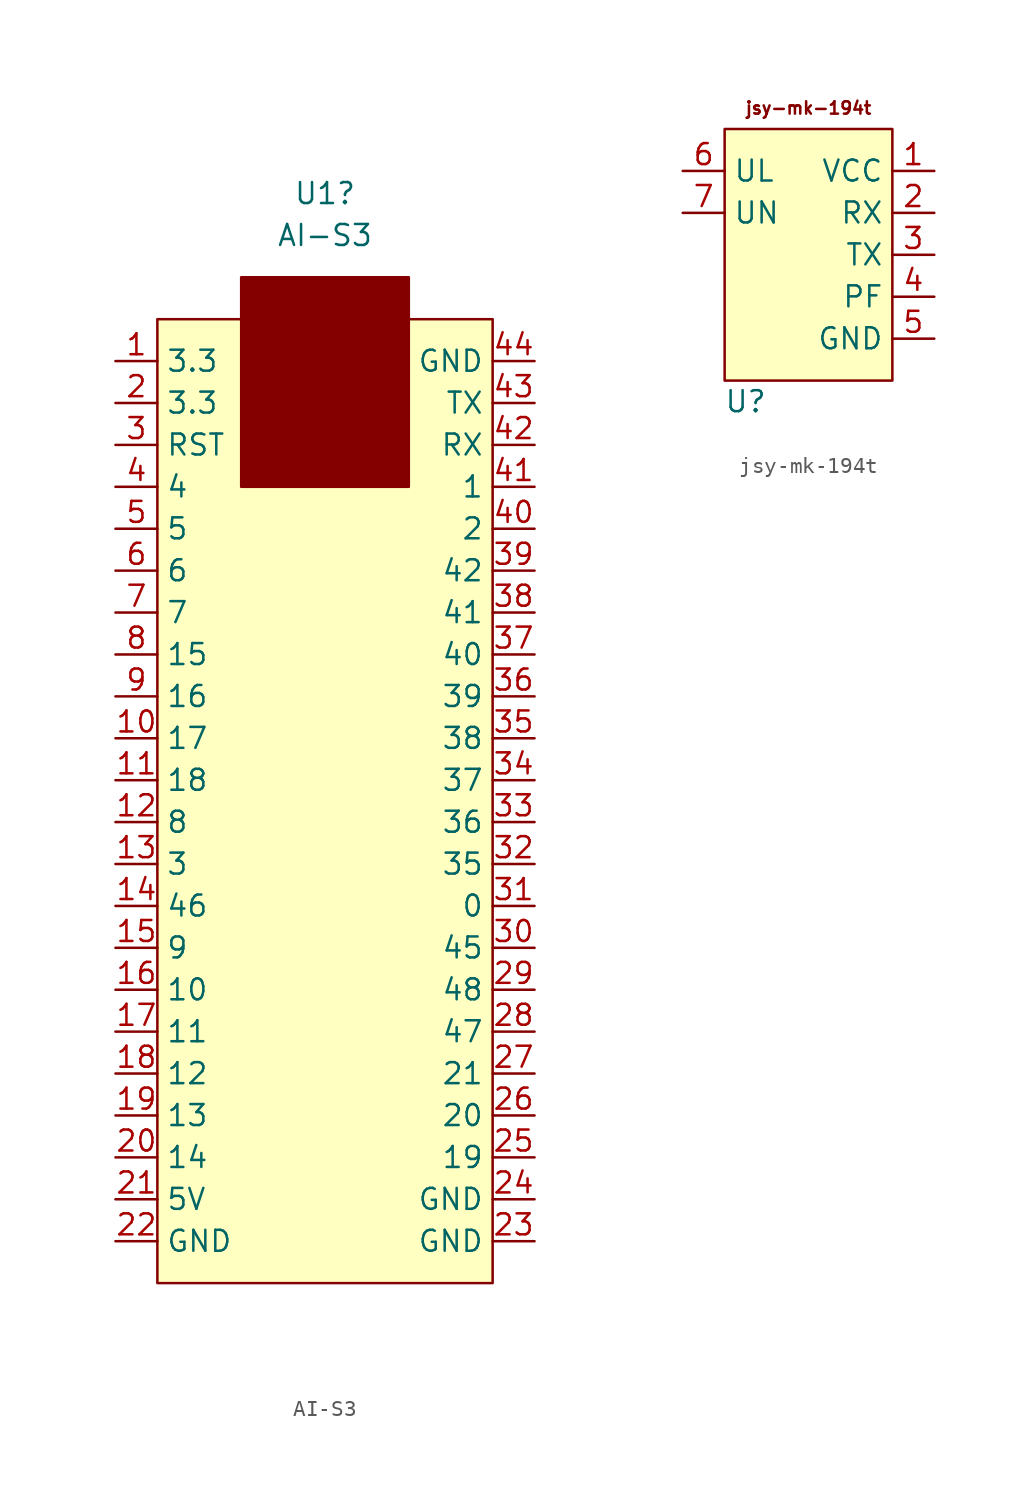
<source format=kicad_sym>
(kicad_symbol_lib
  (version 20220914)
  (generator kicad_symbol_editor)
  (symbol "AI-S3"
    (property "Reference" "U1"
      (at 10.16 68.58 0)
      (effects (font (size 1.27 1.27))))
    (property "Value" "AI-S3"
      (at 10.16 66.04 0)
      (effects (font (size 1.27 1.27))))
    (symbol "AI-S3_0_1"
      (rectangle (start 0 60.96) (end 20.32 2.54) (stroke (width 0) (type default)) (fill (type background)))
      (rectangle (start 5.08 60.96) (end 15.24 50.8) (stroke (width 0) (type default)) (fill (type outline)))
      (rectangle (start 5.08 60.96) (end 15.24 63.5) (stroke (width 0) (type default)) (fill (type outline))))
    (symbol "AI-S3_1_1"
      (pin power_in line (at -2.54 58.42 0) (length 2.54) (name "3.3" (effects (font (size 1.27 1.27)))) (number "1" (effects (font (size 1.27 1.27)))))
      (pin bidirectional line (at -2.54 35.56 0) (length 2.54) (name "17" (effects (font (size 1.27 1.27)))) (number "10" (effects (font (size 1.27 1.27)))))
      (pin bidirectional line (at -2.54 33.02 0) (length 2.54) (name "18" (effects (font (size 1.27 1.27)))) (number "11" (effects (font (size 1.27 1.27)))))
      (pin bidirectional line (at -2.54 30.48 0) (length 2.54) (name "8" (effects (font (size 1.27 1.27)))) (number "12" (effects (font (size 1.27 1.27)))))
      (pin bidirectional line (at -2.54 27.94 0) (length 2.54) (name "3" (effects (font (size 1.27 1.27)))) (number "13" (effects (font (size 1.27 1.27)))))
      (pin bidirectional line (at -2.54 25.4 0) (length 2.54) (name "46" (effects (font (size 1.27 1.27)))) (number "14" (effects (font (size 1.27 1.27)))))
      (pin bidirectional line (at -2.54 22.86 0) (length 2.54) (name "9" (effects (font (size 1.27 1.27)))) (number "15" (effects (font (size 1.27 1.27)))))
      (pin bidirectional line (at -2.54 20.32 0) (length 2.54) (name "10" (effects (font (size 1.27 1.27)))) (number "16" (effects (font (size 1.27 1.27)))))
      (pin bidirectional line (at -2.54 17.78 0) (length 2.54) (name "11" (effects (font (size 1.27 1.27)))) (number "17" (effects (font (size 1.27 1.27)))))
      (pin bidirectional line (at -2.54 15.24 0) (length 2.54) (name "12" (effects (font (size 1.27 1.27)))) (number "18" (effects (font (size 1.27 1.27)))))
      (pin bidirectional line (at -2.54 12.7 0) (length 2.54) (name "13" (effects (font (size 1.27 1.27)))) (number "19" (effects (font (size 1.27 1.27)))))
      (pin power_in line (at -2.54 55.88 0) (length 2.54) (name "3.3" (effects (font (size 1.27 1.27)))) (number "2" (effects (font (size 1.27 1.27)))))
      (pin bidirectional line (at -2.54 10.16 0) (length 2.54) (name "14" (effects (font (size 1.27 1.27)))) (number "20" (effects (font (size 1.27 1.27)))))
      (pin power_in line (at -2.54 7.62 0) (length 2.54) (name "5V" (effects (font (size 1.27 1.27)))) (number "21" (effects (font (size 1.27 1.27)))))
      (pin power_in line (at -2.54 5.08 0) (length 2.54) (name "GND" (effects (font (size 1.27 1.27)))) (number "22" (effects (font (size 1.27 1.27)))))
      (pin power_in line (at 22.86 5.08 180) (length 2.54) (name "GND" (effects (font (size 1.27 1.27)))) (number "23" (effects (font (size 1.27 1.27)))))
      (pin power_in line (at 22.86 7.62 180) (length 2.54) (name "GND" (effects (font (size 1.27 1.27)))) (number "24" (effects (font (size 1.27 1.27)))))
      (pin bidirectional line (at 22.86 10.16 180) (length 2.54) (name "19" (effects (font (size 1.27 1.27)))) (number "25" (effects (font (size 1.27 1.27)))))
      (pin bidirectional line (at 22.86 12.7 180) (length 2.54) (name "20" (effects (font (size 1.27 1.27)))) (number "26" (effects (font (size 1.27 1.27)))))
      (pin bidirectional line (at 22.86 15.24 180) (length 2.54) (name "21" (effects (font (size 1.27 1.27)))) (number "27" (effects (font (size 1.27 1.27)))))
      (pin bidirectional line (at 22.86 17.78 180) (length 2.54) (name "47" (effects (font (size 1.27 1.27)))) (number "28" (effects (font (size 1.27 1.27)))))
      (pin bidirectional line (at 22.86 20.32 180) (length 2.54) (name "48" (effects (font (size 1.27 1.27)))) (number "29" (effects (font (size 1.27 1.27)))))
      (pin bidirectional line (at -2.54 53.34 0) (length 2.54) (name "RST" (effects (font (size 1.27 1.27)))) (number "3" (effects (font (size 1.27 1.27)))))
      (pin bidirectional line (at 22.86 22.86 180) (length 2.54) (name "45" (effects (font (size 1.27 1.27)))) (number "30" (effects (font (size 1.27 1.27)))))
      (pin bidirectional line (at 22.86 25.4 180) (length 2.54) (name "0" (effects (font (size 1.27 1.27)))) (number "31" (effects (font (size 1.27 1.27)))))
      (pin bidirectional line (at 22.86 27.94 180) (length 2.54) (name "35" (effects (font (size 1.27 1.27)))) (number "32" (effects (font (size 1.27 1.27)))))
      (pin bidirectional line (at 22.86 30.48 180) (length 2.54) (name "36" (effects (font (size 1.27 1.27)))) (number "33" (effects (font (size 1.27 1.27)))))
      (pin bidirectional line (at 22.86 33.02 180) (length 2.54) (name "37" (effects (font (size 1.27 1.27)))) (number "34" (effects (font (size 1.27 1.27)))))
      (pin bidirectional line (at 22.86 35.56 180) (length 2.54) (name "38" (effects (font (size 1.27 1.27)))) (number "35" (effects (font (size 1.27 1.27)))))
      (pin bidirectional line (at 22.86 38.1 180) (length 2.54) (name "39" (effects (font (size 1.27 1.27)))) (number "36" (effects (font (size 1.27 1.27)))))
      (pin bidirectional line (at 22.86 40.64 180) (length 2.54) (name "40" (effects (font (size 1.27 1.27)))) (number "37" (effects (font (size 1.27 1.27)))))
      (pin bidirectional line (at 22.86 43.18 180) (length 2.54) (name "41" (effects (font (size 1.27 1.27)))) (number "38" (effects (font (size 1.27 1.27)))))
      (pin bidirectional line (at 22.86 45.72 180) (length 2.54) (name "42" (effects (font (size 1.27 1.27)))) (number "39" (effects (font (size 1.27 1.27)))))
      (pin bidirectional line (at -2.54 50.8 0) (length 2.54) (name "4" (effects (font (size 1.27 1.27)))) (number "4" (effects (font (size 1.27 1.27)))))
      (pin bidirectional line (at 22.86 48.26 180) (length 2.54) (name "2" (effects (font (size 1.27 1.27)))) (number "40" (effects (font (size 1.27 1.27)))))
      (pin bidirectional line (at 22.86 50.8 180) (length 2.54) (name "1" (effects (font (size 1.27 1.27)))) (number "41" (effects (font (size 1.27 1.27)))))
      (pin bidirectional line (at 22.86 53.34 180) (length 2.54) (name "RX" (effects (font (size 1.27 1.27)))) (number "42" (effects (font (size 1.27 1.27)))))
      (pin bidirectional line (at 22.86 55.88 180) (length 2.54) (name "TX" (effects (font (size 1.27 1.27)))) (number "43" (effects (font (size 1.27 1.27)))))
      (pin power_in line (at 22.86 58.42 180) (length 2.54) (name "GND" (effects (font (size 1.27 1.27)))) (number "44" (effects (font (size 1.27 1.27)))))
      (pin bidirectional line (at -2.54 48.26 0) (length 2.54) (name "5" (effects (font (size 1.27 1.27)))) (number "5" (effects (font (size 1.27 1.27)))))
      (pin bidirectional line (at -2.54 45.72 0) (length 2.54) (name "6" (effects (font (size 1.27 1.27)))) (number "6" (effects (font (size 1.27 1.27)))))
      (pin bidirectional line (at -2.54 43.18 0) (length 2.54) (name "7" (effects (font (size 1.27 1.27)))) (number "7" (effects (font (size 1.27 1.27)))))
      (pin bidirectional line (at -2.54 40.64 0) (length 2.54) (name "15" (effects (font (size 1.27 1.27)))) (number "8" (effects (font (size 1.27 1.27)))))
      (pin bidirectional line (at -2.54 38.1 0) (length 2.54) (name "16" (effects (font (size 1.27 1.27)))) (number "9" (effects (font (size 1.27 1.27)))))))
  (symbol "jsy-mk-194t"
    (property "Reference" "U"
      (at -8.89 -1.27 0)
      (effects (font (size 1.27 1.27))))
    (property "Value" ""
      (at 0 0 0)
      (effects (font (size 1.27 1.27))))
    (symbol "jsy-mk-194t_1_1"
      (rectangle (start -10.16 15.24) (end 0 0) (stroke (width 0) (type default)) (fill (type background)))
      (text "jsy-mk-194t" (at -5.08 16.51 0) (effects (font (size 0.75 0.75))))
      (pin power_in line (at 2.54 12.7 180) (length 2.54) (name "VCC" (effects (font (size 1.27 1.27)))) (number "1" (effects (font (size 1.27 1.27)))))
      (pin input line (at 2.54 10.16 180) (length 2.54) (name "RX" (effects (font (size 1.27 1.27)))) (number "2" (effects (font (size 1.27 1.27)))))
      (pin output line (at 2.54 7.62 180) (length 2.54) (name "TX" (effects (font (size 1.27 1.27)))) (number "3" (effects (font (size 1.27 1.27)))))
      (pin bidirectional line (at 2.54 5.08 180) (length 2.54) (name "PF" (effects (font (size 1.27 1.27)))) (number "4" (effects (font (size 1.27 1.27)))))
      (pin power_in line (at 2.54 2.54 180) (length 2.54) (name "GND" (effects (font (size 1.27 1.27)))) (number "5" (effects (font (size 1.27 1.27)))))
      (pin power_in line (at -12.7 12.7 0) (length 2.54) (name "UL" (effects (font (size 1.27 1.27)))) (number "6" (effects (font (size 1.27 1.27)))))
      (pin power_in line (at -12.7 10.16 0) (length 2.54) (name "UN" (effects (font (size 1.27 1.27)))) (number "7" (effects (font (size 1.27 1.27))))))))
</source>
